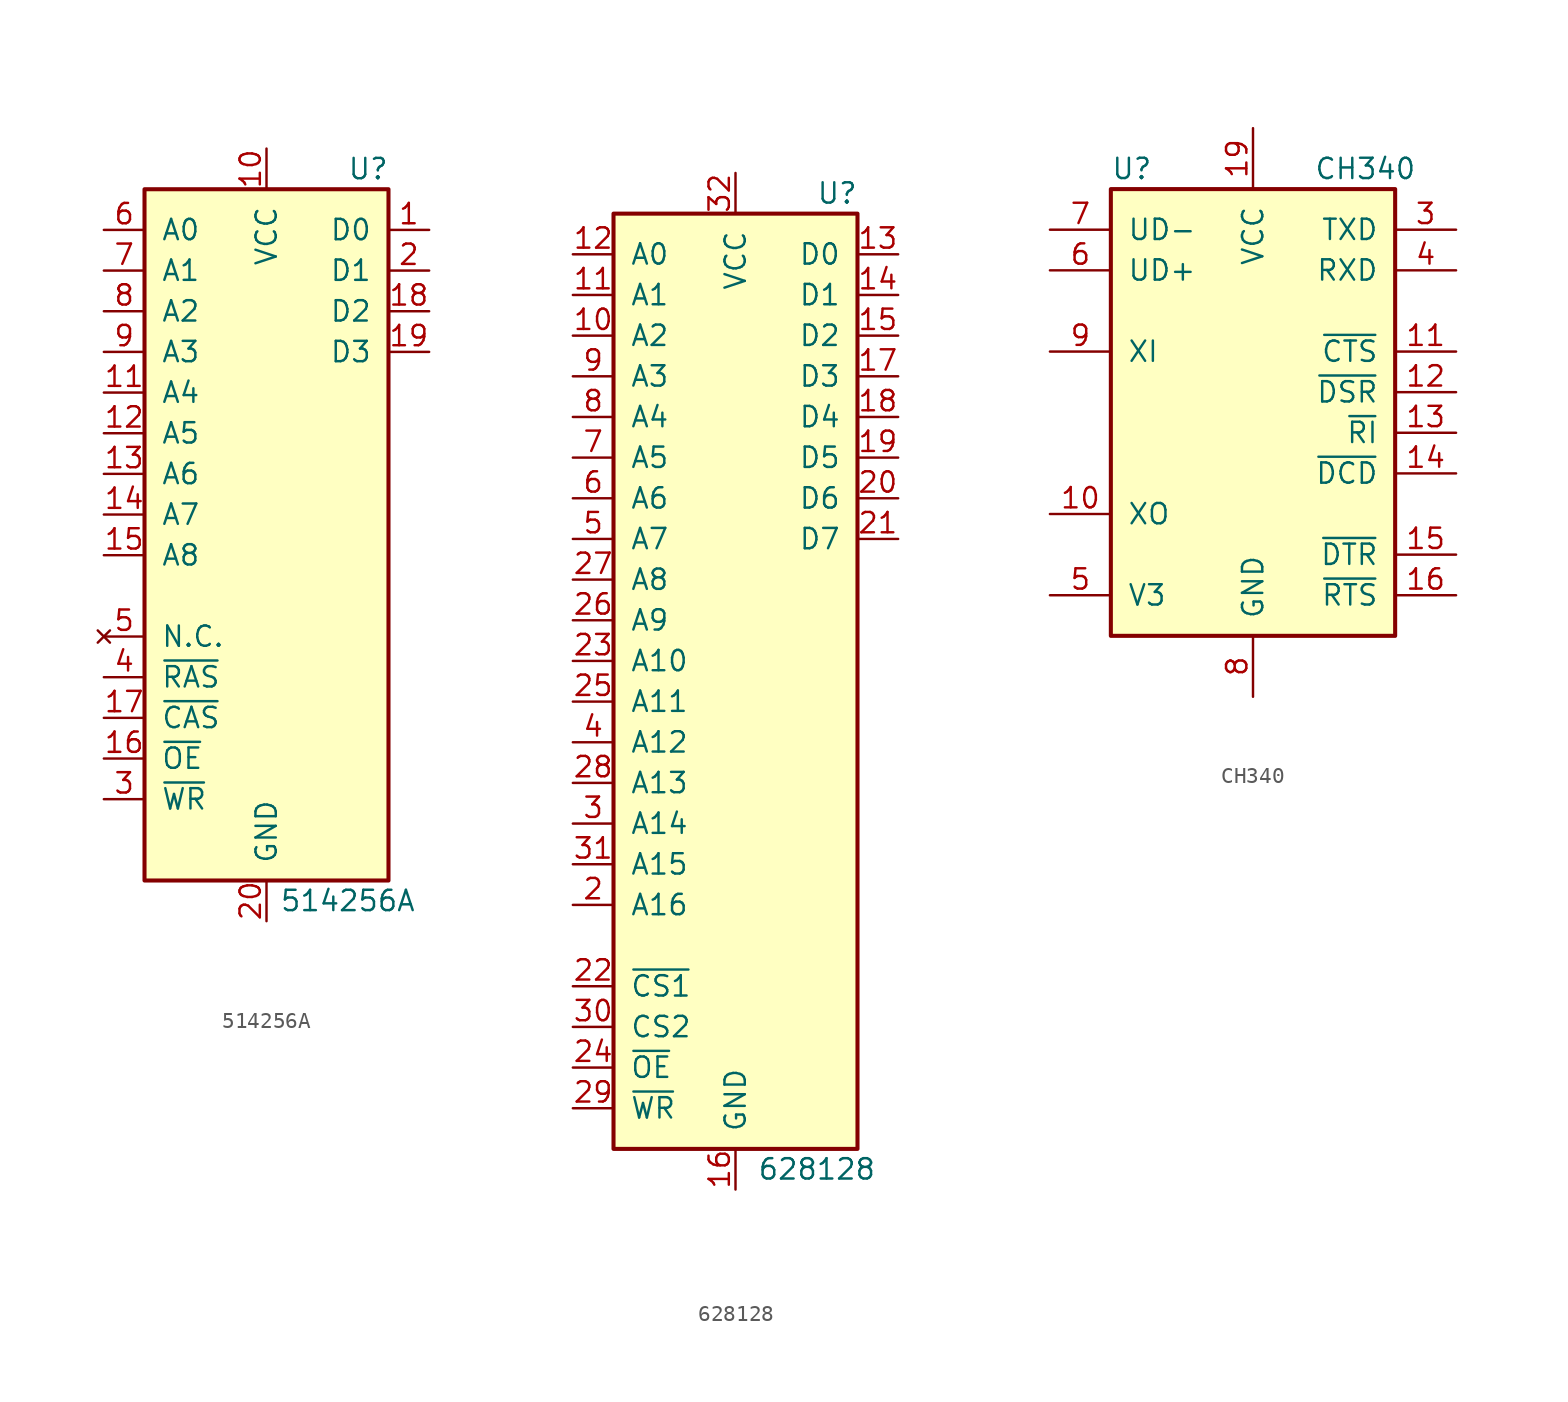
<source format=kicad_sym>
(kicad_symbol_lib
  (version 20220914)
  (generator kicad_symbol_editor)
  (symbol "514256A"
    (pin_names
      (offset 1.016))
    (property "Reference" "U"
      (at 6.35 26.67 0)
      (effects (font (size 1.27 1.27))))
    (property "Value" "514256A"
      (at 5.08 -19.05 0)
      (effects (font (size 1.27 1.27))))
    (symbol "514256A_1_1"
      (rectangle (start -7.62 25.4) (end 7.62 -17.78) (stroke (width 0.254) (type default)) (fill (type background)))
      (pin tri_state line (at 10.16 22.86 180) (length 2.54) (name "D0" (effects (font (size 1.27 1.27)))) (number "1" (effects (font (size 1.27 1.27)))))
      (pin power_in line (at 0 27.94 270) (length 2.54) (name "VCC" (effects (font (size 1.27 1.27)))) (number "10" (effects (font (size 1.27 1.27)))))
      (pin input line (at -10.16 12.7 0) (length 2.54) (name "A4" (effects (font (size 1.27 1.27)))) (number "11" (effects (font (size 1.27 1.27)))))
      (pin input line (at -10.16 10.16 0) (length 2.54) (name "A5" (effects (font (size 1.27 1.27)))) (number "12" (effects (font (size 1.27 1.27)))))
      (pin input line (at -10.16 7.62 0) (length 2.54) (name "A6" (effects (font (size 1.27 1.27)))) (number "13" (effects (font (size 1.27 1.27)))))
      (pin input line (at -10.16 5.08 0) (length 2.54) (name "A7" (effects (font (size 1.27 1.27)))) (number "14" (effects (font (size 1.27 1.27)))))
      (pin input line (at -10.16 2.54 0) (length 2.54) (name "A8" (effects (font (size 1.27 1.27)))) (number "15" (effects (font (size 1.27 1.27)))))
      (pin input line (at -10.16 -10.16 0) (length 2.54) (name "~{OE}" (effects (font (size 1.27 1.27)))) (number "16" (effects (font (size 1.27 1.27)))))
      (pin input line (at -10.16 -7.62 0) (length 2.54) (name "~{CAS}" (effects (font (size 1.27 1.27)))) (number "17" (effects (font (size 1.27 1.27)))))
      (pin tri_state line (at 10.16 17.78 180) (length 2.54) (name "D2" (effects (font (size 1.27 1.27)))) (number "18" (effects (font (size 1.27 1.27)))))
      (pin tri_state line (at 10.16 15.24 180) (length 2.54) (name "D3" (effects (font (size 1.27 1.27)))) (number "19" (effects (font (size 1.27 1.27)))))
      (pin tri_state line (at 10.16 20.32 180) (length 2.54) (name "D1" (effects (font (size 1.27 1.27)))) (number "2" (effects (font (size 1.27 1.27)))))
      (pin power_in line (at 0 -20.32 90) (length 2.54) (name "GND" (effects (font (size 1.27 1.27)))) (number "20" (effects (font (size 1.27 1.27)))))
      (pin input line (at -10.16 -12.7 0) (length 2.54) (name "~{WR}" (effects (font (size 1.27 1.27)))) (number "3" (effects (font (size 1.27 1.27)))))
      (pin input line (at -10.16 -5.08 0) (length 2.54) (name "~{RAS}" (effects (font (size 1.27 1.27)))) (number "4" (effects (font (size 1.27 1.27)))))
      (pin no_connect line (at -10.16 -2.54 0) (length 2.54) (name "N.C." (effects (font (size 1.27 1.27)))) (number "5" (effects (font (size 1.27 1.27)))))
      (pin input line (at -10.16 22.86 0) (length 2.54) (name "A0" (effects (font (size 1.27 1.27)))) (number "6" (effects (font (size 1.27 1.27)))))
      (pin input line (at -10.16 20.32 0) (length 2.54) (name "A1" (effects (font (size 1.27 1.27)))) (number "7" (effects (font (size 1.27 1.27)))))
      (pin input line (at -10.16 17.78 0) (length 2.54) (name "A2" (effects (font (size 1.27 1.27)))) (number "8" (effects (font (size 1.27 1.27)))))
      (pin input line (at -10.16 15.24 0) (length 2.54) (name "A3" (effects (font (size 1.27 1.27)))) (number "9" (effects (font (size 1.27 1.27)))))))
  (symbol "628128"
    (pin_names
      (offset 1.016))
    (property "Reference" "U"
      (at 6.35 30.48 0)
      (effects (font (size 1.27 1.27))))
    (property "Value" "628128"
      (at 5.08 -30.48 0)
      (effects (font (size 1.27 1.27))))
    (symbol "628128_1_1"
      (rectangle (start -7.62 29.21) (end 7.62 -29.21) (stroke (width 0.254) (type default)) (fill (type background)))
      (pin input line (at -10.16 21.59 0) (length 2.54) (name "A2" (effects (font (size 1.27 1.27)))) (number "10" (effects (font (size 1.27 1.27)))))
      (pin input line (at -10.16 24.13 0) (length 2.54) (name "A1" (effects (font (size 1.27 1.27)))) (number "11" (effects (font (size 1.27 1.27)))))
      (pin input line (at -10.16 26.67 0) (length 2.54) (name "A0" (effects (font (size 1.27 1.27)))) (number "12" (effects (font (size 1.27 1.27)))))
      (pin tri_state line (at 10.16 26.67 180) (length 2.54) (name "D0" (effects (font (size 1.27 1.27)))) (number "13" (effects (font (size 1.27 1.27)))))
      (pin tri_state line (at 10.16 24.13 180) (length 2.54) (name "D1" (effects (font (size 1.27 1.27)))) (number "14" (effects (font (size 1.27 1.27)))))
      (pin tri_state line (at 10.16 21.59 180) (length 2.54) (name "D2" (effects (font (size 1.27 1.27)))) (number "15" (effects (font (size 1.27 1.27)))))
      (pin power_in line (at 0 -31.75 90) (length 2.54) (name "GND" (effects (font (size 1.27 1.27)))) (number "16" (effects (font (size 1.27 1.27)))))
      (pin tri_state line (at 10.16 19.05 180) (length 2.54) (name "D3" (effects (font (size 1.27 1.27)))) (number "17" (effects (font (size 1.27 1.27)))))
      (pin tri_state line (at 10.16 16.51 180) (length 2.54) (name "D4" (effects (font (size 1.27 1.27)))) (number "18" (effects (font (size 1.27 1.27)))))
      (pin tri_state line (at 10.16 13.97 180) (length 2.54) (name "D5" (effects (font (size 1.27 1.27)))) (number "19" (effects (font (size 1.27 1.27)))))
      (pin input line (at -10.16 -13.97 0) (length 2.54) (name "A16" (effects (font (size 1.27 1.27)))) (number "2" (effects (font (size 1.27 1.27)))))
      (pin tri_state line (at 10.16 11.43 180) (length 2.54) (name "D6" (effects (font (size 1.27 1.27)))) (number "20" (effects (font (size 1.27 1.27)))))
      (pin tri_state line (at 10.16 8.89 180) (length 2.54) (name "D7" (effects (font (size 1.27 1.27)))) (number "21" (effects (font (size 1.27 1.27)))))
      (pin input line (at -10.16 -19.05 0) (length 2.54) (name "~{CS1}" (effects (font (size 1.27 1.27)))) (number "22" (effects (font (size 1.27 1.27)))))
      (pin input line (at -10.16 1.27 0) (length 2.54) (name "A10" (effects (font (size 1.27 1.27)))) (number "23" (effects (font (size 1.27 1.27)))))
      (pin input line (at -10.16 -24.13 0) (length 2.54) (name "~{OE}" (effects (font (size 1.27 1.27)))) (number "24" (effects (font (size 1.27 1.27)))))
      (pin input line (at -10.16 -1.27 0) (length 2.54) (name "A11" (effects (font (size 1.27 1.27)))) (number "25" (effects (font (size 1.27 1.27)))))
      (pin input line (at -10.16 3.81 0) (length 2.54) (name "A9" (effects (font (size 1.27 1.27)))) (number "26" (effects (font (size 1.27 1.27)))))
      (pin input line (at -10.16 6.35 0) (length 2.54) (name "A8" (effects (font (size 1.27 1.27)))) (number "27" (effects (font (size 1.27 1.27)))))
      (pin input line (at -10.16 -6.35 0) (length 2.54) (name "A13" (effects (font (size 1.27 1.27)))) (number "28" (effects (font (size 1.27 1.27)))))
      (pin input line (at -10.16 -26.67 0) (length 2.54) (name "~{WR}" (effects (font (size 1.27 1.27)))) (number "29" (effects (font (size 1.27 1.27)))))
      (pin input line (at -10.16 -8.89 0) (length 2.54) (name "A14" (effects (font (size 1.27 1.27)))) (number "3" (effects (font (size 1.27 1.27)))))
      (pin input line (at -10.16 -21.59 0) (length 2.54) (name "CS2" (effects (font (size 1.27 1.27)))) (number "30" (effects (font (size 1.27 1.27)))))
      (pin input line (at -10.16 -11.43 0) (length 2.54) (name "A15" (effects (font (size 1.27 1.27)))) (number "31" (effects (font (size 1.27 1.27)))))
      (pin power_in line (at 0 31.75 270) (length 2.54) (name "VCC" (effects (font (size 1.27 1.27)))) (number "32" (effects (font (size 1.27 1.27)))))
      (pin input line (at -10.16 -3.81 0) (length 2.54) (name "A12" (effects (font (size 1.27 1.27)))) (number "4" (effects (font (size 1.27 1.27)))))
      (pin input line (at -10.16 8.89 0) (length 2.54) (name "A7" (effects (font (size 1.27 1.27)))) (number "5" (effects (font (size 1.27 1.27)))))
      (pin input line (at -10.16 11.43 0) (length 2.54) (name "A6" (effects (font (size 1.27 1.27)))) (number "6" (effects (font (size 1.27 1.27)))))
      (pin input line (at -10.16 13.97 0) (length 2.54) (name "A5" (effects (font (size 1.27 1.27)))) (number "7" (effects (font (size 1.27 1.27)))))
      (pin input line (at -10.16 16.51 0) (length 2.54) (name "A4" (effects (font (size 1.27 1.27)))) (number "8" (effects (font (size 1.27 1.27)))))
      (pin input line (at -10.16 19.05 0) (length 2.54) (name "A3" (effects (font (size 1.27 1.27)))) (number "9" (effects (font (size 1.27 1.27)))))))
  (symbol "CH340"
    (pin_names
      (offset 1.016))
    (property "Reference" "U"
      (at -8.89 16.51 0)
      (effects (font (size 1.27 1.27)) (justify left)))
    (property "Value" "CH340"
      (at 3.81 16.51 0)
      (effects (font (size 1.27 1.27)) (justify left)))
    (symbol "CH340_0_0"
      (pin power_in line (at 0 19.05 270) (length 3.81) (name "VCC" (effects (font (size 1.27 1.27)))) (number "19" (effects (font (size 1.27 1.27)))))
      (pin power_in line (at 0 -16.51 90) (length 3.81) (name "GND" (effects (font (size 1.27 1.27)))) (number "8" (effects (font (size 1.27 1.27))))))
    (symbol "CH340_0_1"
      (rectangle (start -8.89 15.24) (end 8.89 -12.7) (stroke (width 0.254) (type default)) (fill (type background))))
    (symbol "CH340_1_1"
      (pin input line (at -12.7 -5.08 0) (length 3.81) (name "XO" (effects (font (size 1.27 1.27)))) (number "10" (effects (font (size 1.27 1.27)))))
      (pin tri_state line (at 12.7 5.08 180) (length 3.81) (name "~{CTS}" (effects (font (size 1.27 1.27)))) (number "11" (effects (font (size 1.27 1.27)))))
      (pin tri_state line (at 12.7 2.54 180) (length 3.81) (name "~{DSR}" (effects (font (size 1.27 1.27)))) (number "12" (effects (font (size 1.27 1.27)))))
      (pin tri_state line (at 12.7 0 180) (length 3.81) (name "~{RI}" (effects (font (size 1.27 1.27)))) (number "13" (effects (font (size 1.27 1.27)))))
      (pin tri_state line (at 12.7 -2.54 180) (length 3.81) (name "~{DCD}" (effects (font (size 1.27 1.27)))) (number "14" (effects (font (size 1.27 1.27)))))
      (pin tri_state line (at 12.7 -7.62 180) (length 3.81) (name "~{DTR}" (effects (font (size 1.27 1.27)))) (number "15" (effects (font (size 1.27 1.27)))))
      (pin tri_state line (at 12.7 -10.16 180) (length 3.81) (name "~{RTS}" (effects (font (size 1.27 1.27)))) (number "16" (effects (font (size 1.27 1.27)))))
      (pin tri_state line (at 12.7 12.7 180) (length 3.81) (name "TXD" (effects (font (size 1.27 1.27)))) (number "3" (effects (font (size 1.27 1.27)))))
      (pin tri_state line (at 12.7 10.16 180) (length 3.81) (name "RXD" (effects (font (size 1.27 1.27)))) (number "4" (effects (font (size 1.27 1.27)))))
      (pin input line (at -12.7 -10.16 0) (length 3.81) (name "V3" (effects (font (size 1.27 1.27)))) (number "5" (effects (font (size 1.27 1.27)))))
      (pin input line (at -12.7 10.16 0) (length 3.81) (name "UD+" (effects (font (size 1.27 1.27)))) (number "6" (effects (font (size 1.27 1.27)))))
      (pin input line (at -12.7 12.7 0) (length 3.81) (name "UD-" (effects (font (size 1.27 1.27)))) (number "7" (effects (font (size 1.27 1.27)))))
      (pin input line (at -12.7 5.08 0) (length 3.81) (name "XI" (effects (font (size 1.27 1.27)))) (number "9" (effects (font (size 1.27 1.27))))))))
</source>
